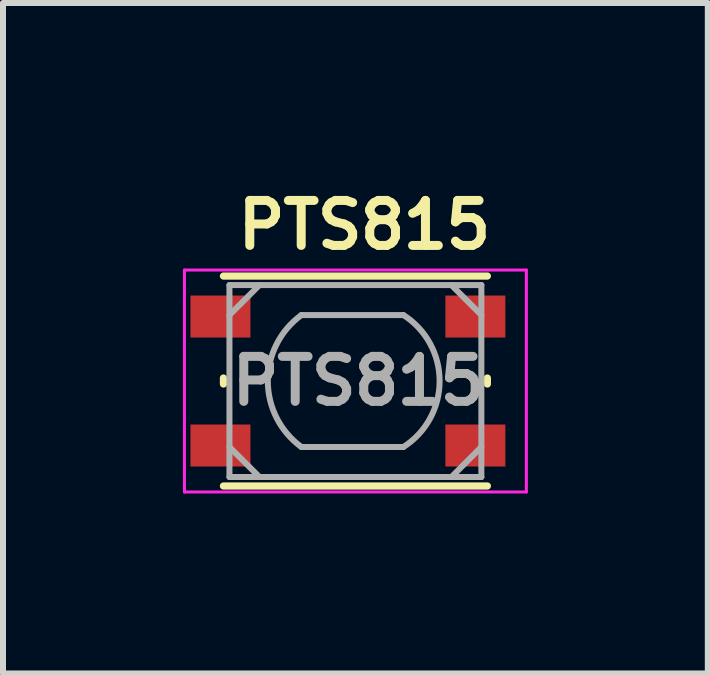
<source format=kicad_pcb>
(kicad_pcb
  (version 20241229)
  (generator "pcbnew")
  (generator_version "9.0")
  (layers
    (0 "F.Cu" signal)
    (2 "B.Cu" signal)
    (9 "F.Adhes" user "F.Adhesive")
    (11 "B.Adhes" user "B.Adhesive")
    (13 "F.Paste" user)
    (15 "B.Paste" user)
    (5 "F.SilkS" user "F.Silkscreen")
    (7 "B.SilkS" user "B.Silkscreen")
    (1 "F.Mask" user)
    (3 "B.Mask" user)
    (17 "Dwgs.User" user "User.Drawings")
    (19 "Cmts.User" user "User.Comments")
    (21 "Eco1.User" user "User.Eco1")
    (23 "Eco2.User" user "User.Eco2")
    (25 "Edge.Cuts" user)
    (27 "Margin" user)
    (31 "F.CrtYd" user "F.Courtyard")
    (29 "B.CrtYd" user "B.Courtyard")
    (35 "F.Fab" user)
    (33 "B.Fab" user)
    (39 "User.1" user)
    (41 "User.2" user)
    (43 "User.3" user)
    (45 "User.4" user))
  (footprint "PTS815"
    (layer "F.Cu")
    (at 2.875 3.302)
    (property "Reference" "PTS815" (at 0.15 -2.6 0) (layer "F.SilkS") (effects (font (size 0.75 0.75) (thickness 0.15))))
    (attr smd)
    (fp_line (start -2.2 0.05) (end -2.2 -0.05) (stroke (width 0.12) (type solid)) (layer "F.SilkS"))
    (fp_line (start -2.2 1.75) (end 2.2 1.75) (stroke (width 0.12) (type solid)) (layer "F.SilkS"))
    (fp_line (start 2.2 -1.75) (end -2.2 -1.75) (stroke (width 0.12) (type solid)) (layer "F.SilkS"))
    (fp_line (start 2.2 0.05) (end 2.2 -0.05) (stroke (width 0.12) (type solid)) (layer "F.SilkS"))
    (fp_line (start -2.85 -1.85) (end 2.85 -1.85) (stroke (width 0.05) (type solid)) (layer "F.CrtYd"))
    (fp_line (start -2.85 1.85) (end -2.85 -1.85) (stroke (width 0.05) (type solid)) (layer "F.CrtYd"))
    (fp_line (start 2.85 -1.85) (end 2.85 1.85) (stroke (width 0.05) (type solid)) (layer "F.CrtYd"))
    (fp_line (start 2.85 1.85) (end -2.85 1.85) (stroke (width 0.05) (type solid)) (layer "F.CrtYd"))
    (fp_line (start -2.1 -1.6) (end 2.1 -1.6) (stroke (width 0.1) (type solid)) (layer "F.Fab"))
    (fp_line (start -2.1 -1.1) (end -1.6 -1.6) (stroke (width 0.1) (type solid)) (layer "F.Fab"))
    (fp_line (start -2.1 1.1) (end -1.6 1.6) (stroke (width 0.1) (type solid)) (layer "F.Fab"))
    (fp_line (start -2.1 1.6) (end -2.1 -1.6) (stroke (width 0.1) (type solid)) (layer "F.Fab"))
    (fp_line (start -0.9 -1.1) (end 0.8 -1.1) (stroke (width 0.1) (type solid)) (layer "F.Fab"))
    (fp_line (start 0.8 1.1) (end -0.9 1.1) (stroke (width 0.1) (type solid)) (layer "F.Fab"))
    (fp_line (start 1.6 -1.6) (end 2.1 -1.1) (stroke (width 0.1) (type solid)) (layer "F.Fab"))
    (fp_line (start 1.6 1.6) (end 2.1 1.1) (stroke (width 0.1) (type solid)) (layer "F.Fab"))
    (fp_line (start 2.1 -1.6) (end 2.1 1.6) (stroke (width 0.1) (type solid)) (layer "F.Fab"))
    (fp_line (start 2.1 1.6) (end -2.1 1.6) (stroke (width 0.1) (type solid)) (layer "F.Fab"))
    (fp_arc (start -0.9 1.099999) (mid -1.460147 0) (end -0.9 -1.099999) (stroke (width 0.1) (type solid)) (layer "F.Fab"))
    (fp_arc (start 0.8 -1.099999) (mid 1.40384 0) (end 0.799999 1.099999) (stroke (width 0.1) (type solid)) (layer "F.Fab"))
    (fp_text user "${REFERENCE}" (at 0.05 0 0) (layer "F.Fab") (effects (font (size 0.75 0.75) (thickness 0.15))))
    (pad "1" smd rect (at -2.25 -1.075) (size 1 0.7) (layers "F.Cu" "F.Mask" "F.Paste"))
    (pad "1" smd rect (at 2 -1.075) (size 1 0.7) (layers "F.Cu" "F.Mask" "F.Paste"))
    (pad "2" smd rect (at -2.25 1.075) (size 1 0.7) (layers "F.Cu" "F.Mask" "F.Paste"))
    (pad "2" smd rect (at 2 1.075) (size 1 0.7) (layers "F.Cu" "F.Mask" "F.Paste")))
  (gr_rect
    (start -3 -3)
    (end 8.75 8.177)
    (stroke (width 0.1) (type default))
    (fill no)
    (layer "Edge.Cuts")))
</source>
